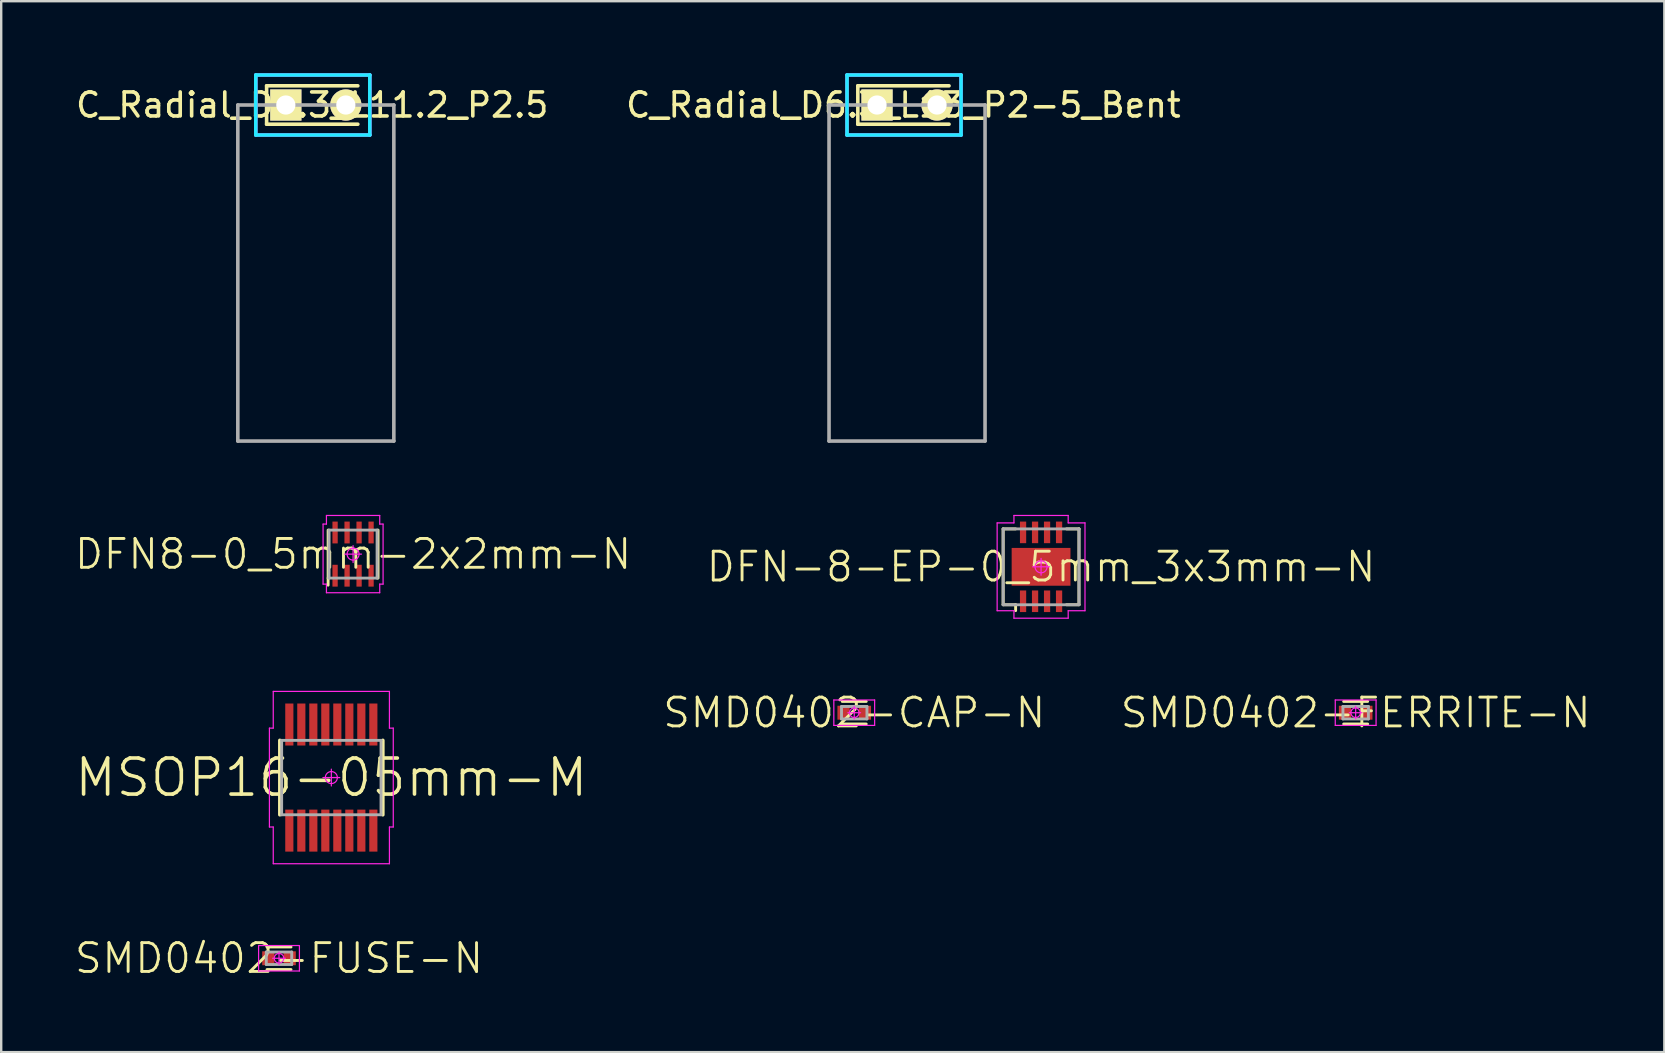
<source format=kicad_pcb>
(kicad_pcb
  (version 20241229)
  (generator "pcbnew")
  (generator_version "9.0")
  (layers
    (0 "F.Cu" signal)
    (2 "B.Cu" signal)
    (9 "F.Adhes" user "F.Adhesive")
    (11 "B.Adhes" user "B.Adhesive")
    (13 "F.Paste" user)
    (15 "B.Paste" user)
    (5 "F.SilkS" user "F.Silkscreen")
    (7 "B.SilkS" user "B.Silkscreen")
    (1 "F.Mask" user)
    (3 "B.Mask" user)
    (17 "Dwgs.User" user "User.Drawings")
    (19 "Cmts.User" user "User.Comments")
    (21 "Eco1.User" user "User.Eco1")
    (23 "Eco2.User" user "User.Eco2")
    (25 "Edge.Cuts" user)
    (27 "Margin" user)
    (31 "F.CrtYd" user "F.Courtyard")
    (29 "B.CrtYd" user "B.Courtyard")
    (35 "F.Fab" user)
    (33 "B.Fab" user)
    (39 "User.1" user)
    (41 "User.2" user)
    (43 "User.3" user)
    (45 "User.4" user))
  (footprint "MSOP16-05mm-M"
    (layer "F.Cu")
    (at 10.754 29.345)
    (property "Reference" "MSOP16-05mm-M" (at 0 0 0) (layer "F.SilkS") (effects (font (size 1.5 1.5) (thickness 0.15))))
    (attr smd)
    (fp_line (start -2.145 1.55) (end -2.145 -1.55) (stroke (width 0.15) (type solid)) (layer "F.SilkS"))
    (fp_line (start 2.145 1.55) (end 2.145 -1.55) (stroke (width 0.15) (type solid)) (layer "F.SilkS"))
    (fp_line (start -2.58 -2.06) (end -2.58 2.06) (stroke (width 0.05) (type solid)) (layer "F.CrtYd"))
    (fp_line (start -2.58 2.06) (end -2.42 2.06) (stroke (width 0.05) (type solid)) (layer "F.CrtYd"))
    (fp_line (start -2.42 -3.59) (end -2.42 -2.06) (stroke (width 0.05) (type solid)) (layer "F.CrtYd"))
    (fp_line (start -2.42 -2.06) (end -2.58 -2.06) (stroke (width 0.05) (type solid)) (layer "F.CrtYd"))
    (fp_line (start -2.42 2.06) (end -2.42 3.59) (stroke (width 0.05) (type solid)) (layer "F.CrtYd"))
    (fp_line (start -2.42 3.59) (end 2.42 3.59) (stroke (width 0.05) (type solid)) (layer "F.CrtYd"))
    (fp_line (start -0.35 0) (end 0.35 0) (stroke (width 0.05) (type solid)) (layer "F.CrtYd"))
    (fp_line (start 0 -0.35) (end 0 0.35) (stroke (width 0.05) (type solid)) (layer "F.CrtYd"))
    (fp_line (start 2.42 -3.59) (end -2.42 -3.59) (stroke (width 0.05) (type solid)) (layer "F.CrtYd"))
    (fp_line (start 2.42 -2.06) (end 2.42 -3.59) (stroke (width 0.05) (type solid)) (layer "F.CrtYd"))
    (fp_line (start 2.42 2.06) (end 2.58 2.06) (stroke (width 0.05) (type solid)) (layer "F.CrtYd"))
    (fp_line (start 2.42 3.59) (end 2.42 2.06) (stroke (width 0.05) (type solid)) (layer "F.CrtYd"))
    (fp_line (start 2.58 -2.06) (end 2.42 -2.06) (stroke (width 0.05) (type solid)) (layer "F.CrtYd"))
    (fp_line (start 2.58 2.06) (end 2.58 -2.06) (stroke (width 0.05) (type solid)) (layer "F.CrtYd"))
    (fp_circle (center 0 0) (end 0 0.25) (stroke (width 0.05) (type solid)) (fill no) (layer "F.CrtYd"))
    (fp_line (start -2.07 -1.55) (end 2.07 -1.55) (stroke (width 0.12) (type solid)) (layer "F.Fab"))
    (fp_line (start -2.07 1.55) (end -2.07 -1.55) (stroke (width 0.12) (type solid)) (layer "F.Fab"))
    (fp_line (start 2.07 -1.55) (end 2.07 1.55) (stroke (width 0.12) (type solid)) (layer "F.Fab"))
    (fp_line (start 2.07 1.55) (end -2.07 1.55) (stroke (width 0.12) (type solid)) (layer "F.Fab"))
    (pad "1" smd rect (at -1.75 2.21 90) (size 1.75 0.34) (layers "F.Cu" "F.Mask" "F.Paste"))
    (pad "2" smd rect (at -1.25 2.21 90) (size 1.75 0.34) (layers "F.Cu" "F.Mask" "F.Paste"))
    (pad "3" smd rect (at -0.75 2.21 90) (size 1.75 0.34) (layers "F.Cu" "F.Mask" "F.Paste"))
    (pad "4" smd rect (at -0.25 2.21 90) (size 1.75 0.34) (layers "F.Cu" "F.Mask" "F.Paste"))
    (pad "5" smd rect (at 0.25 2.21 90) (size 1.75 0.34) (layers "F.Cu" "F.Mask" "F.Paste"))
    (pad "6" smd rect (at 0.75 2.21 90) (size 1.75 0.34) (layers "F.Cu" "F.Mask" "F.Paste"))
    (pad "7" smd rect (at 1.25 2.21 90) (size 1.75 0.34) (layers "F.Cu" "F.Mask" "F.Paste"))
    (pad "8" smd rect (at 1.75 2.21 90) (size 1.75 0.34) (layers "F.Cu" "F.Mask" "F.Paste"))
    (pad "9" smd rect (at 1.75 -2.21 90) (size 1.75 0.34) (layers "F.Cu" "F.Mask" "F.Paste"))
    (pad "10" smd rect (at 1.25 -2.21 90) (size 1.75 0.34) (layers "F.Cu" "F.Mask" "F.Paste"))
    (pad "11" smd rect (at 0.75 -2.21 90) (size 1.75 0.34) (layers "F.Cu" "F.Mask" "F.Paste"))
    (pad "12" smd rect (at 0.25 -2.21 90) (size 1.75 0.34) (layers "F.Cu" "F.Mask" "F.Paste"))
    (pad "13" smd rect (at -0.25 -2.21 90) (size 1.75 0.34) (layers "F.Cu" "F.Mask" "F.Paste"))
    (pad "14" smd rect (at -0.75 -2.21 90) (size 1.75 0.34) (layers "F.Cu" "F.Mask" "F.Paste"))
    (pad "15" smd rect (at -1.25 -2.21 90) (size 1.75 0.34) (layers "F.Cu" "F.Mask" "F.Paste"))
    (pad "16" smd rect (at -1.75 -2.21 90) (size 1.75 0.34) (layers "F.Cu" "F.Mask" "F.Paste")))
  (footprint "C_Radial_D6.3_L11.2_P2.5"
    (layer "F.Cu")
    (at 8.858 1.325)
    (property "Reference" "C_Radial_D6.3_L11.2_P2.5" (at 1.1 0 0) (layer "F.SilkS") (effects (font (size 1 1) (thickness 0.15))))
    (attr through_hole)
    (fp_line (start -0.8 -0.8) (end -0.8 0.8) (stroke (width 0.15) (type solid)) (layer "F.SilkS"))
    (fp_line (start -0.8 -0.8) (end 3 -0.8) (stroke (width 0.15) (type solid)) (layer "F.SilkS"))
    (fp_line (start -0.8 0.8) (end 3 0.8) (stroke (width 0.15) (type solid)) (layer "F.SilkS"))
    (fp_line (start -1.25 -1.25) (end -1.25 1.25) (stroke (width 0.15) (type solid)) (layer "B.CrtYd"))
    (fp_line (start -1.25 1.25) (end 3.5 1.25) (stroke (width 0.15) (type solid)) (layer "B.CrtYd"))
    (fp_line (start 3.5 -1.25) (end -1.25 -1.25) (stroke (width 0.15) (type solid)) (layer "B.CrtYd"))
    (fp_line (start 3.5 1.25) (end 3.5 -1.25) (stroke (width 0.15) (type solid)) (layer "B.CrtYd"))
    (fp_line (start -1.25 -1.25) (end -1.25 1.25) (stroke (width 0.15) (type solid)) (layer "F.CrtYd"))
    (fp_line (start -1.25 1.25) (end 3.5 1.25) (stroke (width 0.15) (type solid)) (layer "F.CrtYd"))
    (fp_line (start 3.5 -1.25) (end -1.25 -1.25) (stroke (width 0.15) (type solid)) (layer "F.CrtYd"))
    (fp_line (start 3.5 1.25) (end 3.5 -1.25) (stroke (width 0.15) (type solid)) (layer "F.CrtYd"))
    (fp_line (start -2 0) (end -2 14) (stroke (width 0.15) (type solid)) (layer "F.Fab"))
    (fp_line (start -2 14) (end 4.5 14) (stroke (width 0.15) (type solid)) (layer "F.Fab"))
    (fp_line (start 4.5 0) (end -2 0) (stroke (width 0.15) (type solid)) (layer "F.Fab"))
    (fp_line (start 4.5 14) (end 4.5 0) (stroke (width 0.15) (type solid)) (layer "F.Fab"))
    (pad "1" thru_hole rect (at 0 0) (size 1.3 1.3) (drill 0.8) (layers "*.Cu" "*.Mask" "F.SilkS"))
    (pad "2" thru_hole circle (at 2.5 0) (size 1.3 1.3) (drill 0.8) (layers "*.Cu" "*.Mask" "F.SilkS")))
  (footprint "SMD0402-FERRITE-N"
    (layer "F.Cu")
    (at 53.43 26.643)
    (property "Reference" "SMD0402-FERRITE-N" (at 0 0 0) (layer "F.SilkS") (effects (font (size 1.2 1.2) (thickness 0.12))))
    (attr smd)
    (fp_line (start 0.5 -0.47) (end -0.5 -0.47) (stroke (width 0.12) (type solid)) (layer "F.SilkS"))
    (fp_line (start 0.5 0.47) (end -0.5 0.47) (stroke (width 0.12) (type solid)) (layer "F.SilkS"))
    (fp_line (start -0.85 -0.53) (end 0.85 -0.53) (stroke (width 0.05) (type solid)) (layer "F.CrtYd"))
    (fp_line (start -0.85 0.53) (end -0.85 -0.53) (stroke (width 0.05) (type solid)) (layer "F.CrtYd"))
    (fp_line (start 0 -0.265) (end 0 0.265) (stroke (width 0.05) (type solid)) (layer "F.CrtYd"))
    (fp_line (start 0.265 0) (end -0.265 0) (stroke (width 0.05) (type solid)) (layer "F.CrtYd"))
    (fp_line (start 0.85 -0.53) (end 0.85 0.53) (stroke (width 0.05) (type solid)) (layer "F.CrtYd"))
    (fp_line (start 0.85 0.53) (end -0.85 0.53) (stroke (width 0.05) (type solid)) (layer "F.CrtYd"))
    (fp_circle (center 0 0) (end 0 0.199) (stroke (width 0.05) (type solid)) (fill no) (layer "F.CrtYd"))
    (fp_line (start -0.53 -0.26) (end 0.53 -0.26) (stroke (width 0.12) (type solid)) (layer "F.Fab"))
    (fp_line (start -0.53 0.26) (end -0.53 -0.26) (stroke (width 0.12) (type solid)) (layer "F.Fab"))
    (fp_line (start 0.53 -0.26) (end 0.53 0.26) (stroke (width 0.12) (type solid)) (layer "F.Fab"))
    (fp_line (start 0.53 0.26) (end -0.53 0.26) (stroke (width 0.12) (type solid)) (layer "F.Fab"))
    (pad "1" smd rect (at -0.445 0) (size 0.51 0.58) (layers "F.Cu" "F.Mask" "F.Paste"))
    (pad "2" smd rect (at 0.445 0) (size 0.51 0.58) (layers "F.Cu" "F.Mask" "F.Paste")))
  (footprint "DFN-8-EP-0_5mm_3x3mm-N"
    (layer "F.Cu")
    (at 40.323 20.565)
    (property "Reference" "DFN-8-EP-0_5mm_3x3mm-N" (at 0 0 0) (layer "F.SilkS") (effects (font (size 1.2 1.2) (thickness 0.12))))
    (attr smd)
    (fp_line (start -1.58 -1.58) (end -1.06 -1.58) (stroke (width 0.12) (type solid)) (layer "F.SilkS"))
    (fp_line (start -1.58 1.58) (end -1.58 -1.58) (stroke (width 0.12) (type solid)) (layer "F.SilkS"))
    (fp_line (start -1.06 1.58) (end -1.58 1.58) (stroke (width 0.12) (type solid)) (layer "F.SilkS"))
    (fp_line (start -1.06 1.58) (end -1.06 1.825) (stroke (width 0.12) (type solid)) (layer "F.SilkS"))
    (fp_line (start 1.06 1.58) (end 1.58 1.58) (stroke (width 0.12) (type solid)) (layer "F.SilkS"))
    (fp_line (start 1.58 -1.58) (end 1.06 -1.58) (stroke (width 0.12) (type solid)) (layer "F.SilkS"))
    (fp_line (start 1.58 1.58) (end 1.58 -1.58) (stroke (width 0.12) (type solid)) (layer "F.SilkS"))
    (fp_line (start -1.83 -1.83) (end -1.83 1.83) (stroke (width 0.05) (type solid)) (layer "F.CrtYd"))
    (fp_line (start -1.83 1.83) (end -1.13 1.83) (stroke (width 0.05) (type solid)) (layer "F.CrtYd"))
    (fp_line (start -1.13 -2.14) (end -1.13 -1.83) (stroke (width 0.05) (type solid)) (layer "F.CrtYd"))
    (fp_line (start -1.13 -1.83) (end -1.83 -1.83) (stroke (width 0.05) (type solid)) (layer "F.CrtYd"))
    (fp_line (start -1.13 1.83) (end -1.13 2.14) (stroke (width 0.05) (type solid)) (layer "F.CrtYd"))
    (fp_line (start -1.13 2.14) (end 1.13 2.14) (stroke (width 0.05) (type solid)) (layer "F.CrtYd"))
    (fp_line (start -0.35 0) (end 0.35 0) (stroke (width 0.05) (type solid)) (layer "F.CrtYd"))
    (fp_line (start 0 -0.35) (end 0 0.35) (stroke (width 0.05) (type solid)) (layer "F.CrtYd"))
    (fp_line (start 1.13 -2.14) (end -1.13 -2.14) (stroke (width 0.05) (type solid)) (layer "F.CrtYd"))
    (fp_line (start 1.13 -1.83) (end 1.13 -2.14) (stroke (width 0.05) (type solid)) (layer "F.CrtYd"))
    (fp_line (start 1.13 1.83) (end 1.83 1.83) (stroke (width 0.05) (type solid)) (layer "F.CrtYd"))
    (fp_line (start 1.13 2.14) (end 1.13 1.83) (stroke (width 0.05) (type solid)) (layer "F.CrtYd"))
    (fp_line (start 1.83 -1.83) (end 1.13 -1.83) (stroke (width 0.05) (type solid)) (layer "F.CrtYd"))
    (fp_line (start 1.83 1.83) (end 1.83 -1.83) (stroke (width 0.05) (type solid)) (layer "F.CrtYd"))
    (fp_circle (center 0 0) (end 0 0.25) (stroke (width 0.05) (type solid)) (fill no) (layer "F.CrtYd"))
    (fp_line (start -1.58 -1.58) (end 1.58 -1.58) (stroke (width 0.12) (type solid)) (layer "F.Fab"))
    (fp_line (start -1.58 1.58) (end -1.58 -1.58) (stroke (width 0.12) (type solid)) (layer "F.Fab"))
    (fp_line (start 1.58 -1.58) (end 1.58 1.58) (stroke (width 0.12) (type solid)) (layer "F.Fab"))
    (fp_line (start 1.58 1.58) (end -1.58 1.58) (stroke (width 0.12) (type solid)) (layer "F.Fab"))
    (pad "1" smd rect (at -0.75 1.435 90) (size 0.9 0.26) (layers "F.Cu" "F.Mask" "F.Paste"))
    (pad "2" smd rect (at -0.25 1.435 90) (size 0.9 0.26) (layers "F.Cu" "F.Mask" "F.Paste"))
    (pad "3" smd rect (at 0.25 1.435 90) (size 0.9 0.26) (layers "F.Cu" "F.Mask" "F.Paste"))
    (pad "4" smd rect (at 0.75 1.435 90) (size 0.9 0.26) (layers "F.Cu" "F.Mask" "F.Paste"))
    (pad "5" smd rect (at 0.75 -1.435 90) (size 0.9 0.26) (layers "F.Cu" "F.Mask" "F.Paste"))
    (pad "6" smd rect (at 0.25 -1.435 90) (size 0.9 0.26) (layers "F.Cu" "F.Mask" "F.Paste"))
    (pad "7" smd rect (at -0.25 -1.435 90) (size 0.9 0.26) (layers "F.Cu" "F.Mask" "F.Paste"))
    (pad "8" smd rect (at -0.75 -1.435 90) (size 0.9 0.26) (layers "F.Cu" "F.Mask" "F.Paste"))
    (pad "9" smd rect (at 0 0 90) (size 1.575 2.45) (layers "F.Cu" "F.Mask")))
  (footprint "C_Radial_D6.3_L13_P2-5_Bent"
    (layer "F.Cu")
    (at 33.489 1.325)
    (property "Reference" "C_Radial_D6.3_L13_P2-5_Bent" (at 1.1 0 0) (layer "F.SilkS") (effects (font (size 1 1) (thickness 0.15))))
    (attr through_hole)
    (fp_line (start -0.8 -0.8) (end -0.8 0.8) (stroke (width 0.15) (type solid)) (layer "F.SilkS"))
    (fp_line (start -0.8 -0.8) (end 3 -0.8) (stroke (width 0.15) (type solid)) (layer "F.SilkS"))
    (fp_line (start -0.8 0.8) (end 3 0.8) (stroke (width 0.15) (type solid)) (layer "F.SilkS"))
    (fp_line (start -1.25 -1.25) (end -1.25 1.25) (stroke (width 0.15) (type solid)) (layer "B.CrtYd"))
    (fp_line (start -1.25 1.25) (end 3.5 1.25) (stroke (width 0.15) (type solid)) (layer "B.CrtYd"))
    (fp_line (start 3.5 -1.25) (end -1.25 -1.25) (stroke (width 0.15) (type solid)) (layer "B.CrtYd"))
    (fp_line (start 3.5 1.25) (end 3.5 -1.25) (stroke (width 0.15) (type solid)) (layer "B.CrtYd"))
    (fp_line (start -1.25 -1.25) (end -1.25 1.25) (stroke (width 0.15) (type solid)) (layer "F.CrtYd"))
    (fp_line (start -1.25 1.25) (end 3.5 1.25) (stroke (width 0.15) (type solid)) (layer "F.CrtYd"))
    (fp_line (start 3.5 -1.25) (end -1.25 -1.25) (stroke (width 0.15) (type solid)) (layer "F.CrtYd"))
    (fp_line (start 3.5 1.25) (end 3.5 -1.25) (stroke (width 0.15) (type solid)) (layer "F.CrtYd"))
    (fp_line (start -2 0) (end -2 14) (stroke (width 0.15) (type solid)) (layer "F.Fab"))
    (fp_line (start -2 14) (end 4.5 14) (stroke (width 0.15) (type solid)) (layer "F.Fab"))
    (fp_line (start 4.5 0) (end -2 0) (stroke (width 0.15) (type solid)) (layer "F.Fab"))
    (fp_line (start 4.5 14) (end 4.5 0) (stroke (width 0.15) (type solid)) (layer "F.Fab"))
    (pad "1" thru_hole rect (at 0 0) (size 1.3 1.3) (drill 0.8) (layers "*.Cu" "*.Mask" "F.SilkS"))
    (pad "2" thru_hole circle (at 2.5 0) (size 1.3 1.3) (drill 0.8) (layers "*.Cu" "*.Mask" "F.SilkS")))
  (footprint "SMD0402-FUSE-N"
    (layer "F.Cu")
    (at 8.574 36.873)
    (property "Reference" "SMD0402-FUSE-N" (at 0 0 0) (layer "F.SilkS") (effects (font (size 1.2 1.2) (thickness 0.12))))
    (attr smd)
    (fp_line (start 0.5 -0.47) (end -0.5 -0.47) (stroke (width 0.12) (type solid)) (layer "F.SilkS"))
    (fp_line (start 0.5 0.47) (end -0.5 0.47) (stroke (width 0.12) (type solid)) (layer "F.SilkS"))
    (fp_line (start -0.85 -0.53) (end 0.85 -0.53) (stroke (width 0.05) (type solid)) (layer "F.CrtYd"))
    (fp_line (start -0.85 0.53) (end -0.85 -0.53) (stroke (width 0.05) (type solid)) (layer "F.CrtYd"))
    (fp_line (start 0 -0.265) (end 0 0.265) (stroke (width 0.05) (type solid)) (layer "F.CrtYd"))
    (fp_line (start 0.265 0) (end -0.265 0) (stroke (width 0.05) (type solid)) (layer "F.CrtYd"))
    (fp_line (start 0.85 -0.53) (end 0.85 0.53) (stroke (width 0.05) (type solid)) (layer "F.CrtYd"))
    (fp_line (start 0.85 0.53) (end -0.85 0.53) (stroke (width 0.05) (type solid)) (layer "F.CrtYd"))
    (fp_circle (center 0 0) (end 0 0.199) (stroke (width 0.05) (type solid)) (fill no) (layer "F.CrtYd"))
    (fp_line (start -0.53 -0.26) (end 0.53 -0.26) (stroke (width 0.12) (type solid)) (layer "F.Fab"))
    (fp_line (start -0.53 0.26) (end -0.53 -0.26) (stroke (width 0.12) (type solid)) (layer "F.Fab"))
    (fp_line (start 0.53 -0.26) (end 0.53 0.26) (stroke (width 0.12) (type solid)) (layer "F.Fab"))
    (fp_line (start 0.53 0.26) (end -0.53 0.26) (stroke (width 0.12) (type solid)) (layer "F.Fab"))
    (pad "1" smd rect (at -0.445 0) (size 0.51 0.58) (layers "F.Cu" "F.Mask" "F.Paste"))
    (pad "2" smd rect (at 0.445 0) (size 0.51 0.58) (layers "F.Cu" "F.Mask" "F.Paste")))
  (footprint "DFN8-0_5mm-2x2mm-N"
    (layer "F.Cu")
    (at 11.66 20.035)
    (property "Reference" "DFN8-0_5mm-2x2mm-N" (at 0 0 0) (layer "F.SilkS") (effects (font (size 1.2 1.2) (thickness 0.12))))
    (attr smd)
    (fp_line (start -1.04 1) (end -1.04 -1) (stroke (width 0.12) (type solid)) (layer "F.SilkS"))
    (fp_line (start -1.04 1) (end -1.04 1.295) (stroke (width 0.12) (type solid)) (layer "F.SilkS"))
    (fp_line (start 1.04 1) (end 1.04 -1) (stroke (width 0.12) (type solid)) (layer "F.SilkS"))
    (fp_line (start -1.25 -1.25) (end -1.25 1.25) (stroke (width 0.05) (type solid)) (layer "F.CrtYd"))
    (fp_line (start -1.25 1.25) (end -1.11 1.25) (stroke (width 0.05) (type solid)) (layer "F.CrtYd"))
    (fp_line (start -1.11 -1.61) (end -1.11 -1.25) (stroke (width 0.05) (type solid)) (layer "F.CrtYd"))
    (fp_line (start -1.11 -1.25) (end -1.25 -1.25) (stroke (width 0.05) (type solid)) (layer "F.CrtYd"))
    (fp_line (start -1.11 1.25) (end -1.11 1.61) (stroke (width 0.05) (type solid)) (layer "F.CrtYd"))
    (fp_line (start -1.11 1.61) (end 1.11 1.61) (stroke (width 0.05) (type solid)) (layer "F.CrtYd"))
    (fp_line (start -0.35 0) (end 0.35 0) (stroke (width 0.05) (type solid)) (layer "F.CrtYd"))
    (fp_line (start 0 -0.35) (end 0 0.35) (stroke (width 0.05) (type solid)) (layer "F.CrtYd"))
    (fp_line (start 1.11 -1.61) (end -1.11 -1.61) (stroke (width 0.05) (type solid)) (layer "F.CrtYd"))
    (fp_line (start 1.11 -1.25) (end 1.11 -1.61) (stroke (width 0.05) (type solid)) (layer "F.CrtYd"))
    (fp_line (start 1.11 1.25) (end 1.25 1.25) (stroke (width 0.05) (type solid)) (layer "F.CrtYd"))
    (fp_line (start 1.11 1.61) (end 1.11 1.25) (stroke (width 0.05) (type solid)) (layer "F.CrtYd"))
    (fp_line (start 1.25 -1.25) (end 1.11 -1.25) (stroke (width 0.05) (type solid)) (layer "F.CrtYd"))
    (fp_line (start 1.25 1.25) (end 1.25 -1.25) (stroke (width 0.05) (type solid)) (layer "F.CrtYd"))
    (fp_circle (center 0 0) (end 0 0.25) (stroke (width 0.05) (type solid)) (fill no) (layer "F.CrtYd"))
    (fp_line (start -1 -1) (end 1 -1) (stroke (width 0.12) (type solid)) (layer "F.Fab"))
    (fp_line (start -1 1) (end -1 -1) (stroke (width 0.12) (type solid)) (layer "F.Fab"))
    (fp_line (start 1 -1) (end 1 1) (stroke (width 0.12) (type solid)) (layer "F.Fab"))
    (fp_line (start 1 1) (end -1 1) (stroke (width 0.12) (type solid)) (layer "F.Fab"))
    (pad "1" smd rect (at -0.75 0.9 90) (size 0.91 0.22) (layers "F.Cu" "F.Mask" "F.Paste"))
    (pad "2" smd rect (at -0.25 0.9 90) (size 0.91 0.22) (layers "F.Cu" "F.Mask" "F.Paste"))
    (pad "3" smd rect (at 0.25 0.9 90) (size 0.91 0.22) (layers "F.Cu" "F.Mask" "F.Paste"))
    (pad "4" smd rect (at 0.75 0.9 90) (size 0.91 0.22) (layers "F.Cu" "F.Mask" "F.Paste"))
    (pad "5" smd rect (at 0.75 -0.9 90) (size 0.91 0.22) (layers "F.Cu" "F.Mask" "F.Paste"))
    (pad "6" smd rect (at 0.25 -0.9 90) (size 0.91 0.22) (layers "F.Cu" "F.Mask" "F.Paste"))
    (pad "7" smd rect (at -0.25 -0.9 90) (size 0.91 0.22) (layers "F.Cu" "F.Mask" "F.Paste"))
    (pad "8" smd rect (at -0.75 -0.9 90) (size 0.91 0.22) (layers "F.Cu" "F.Mask" "F.Paste")))
  (footprint "SMD0402-CAP-N"
    (layer "F.Cu")
    (at 32.539 26.643)
    (property "Reference" "SMD0402-CAP-N" (at 0 0 0) (layer "F.SilkS") (effects (font (size 1.2 1.2) (thickness 0.12))))
    (attr smd)
    (fp_line (start 0.5 -0.47) (end -0.5 -0.47) (stroke (width 0.12) (type solid)) (layer "F.SilkS"))
    (fp_line (start 0.5 0.47) (end -0.5 0.47) (stroke (width 0.12) (type solid)) (layer "F.SilkS"))
    (fp_line (start -0.85 -0.53) (end 0.85 -0.53) (stroke (width 0.05) (type solid)) (layer "F.CrtYd"))
    (fp_line (start -0.85 0.53) (end -0.85 -0.53) (stroke (width 0.05) (type solid)) (layer "F.CrtYd"))
    (fp_line (start 0 -0.265) (end 0 0.265) (stroke (width 0.05) (type solid)) (layer "F.CrtYd"))
    (fp_line (start 0.265 0) (end -0.265 0) (stroke (width 0.05) (type solid)) (layer "F.CrtYd"))
    (fp_line (start 0.85 -0.53) (end 0.85 0.53) (stroke (width 0.05) (type solid)) (layer "F.CrtYd"))
    (fp_line (start 0.85 0.53) (end -0.85 0.53) (stroke (width 0.05) (type solid)) (layer "F.CrtYd"))
    (fp_circle (center 0 0) (end 0 0.199) (stroke (width 0.05) (type solid)) (fill no) (layer "F.CrtYd"))
    (fp_line (start -0.53 -0.26) (end 0.53 -0.26) (stroke (width 0.12) (type solid)) (layer "F.Fab"))
    (fp_line (start -0.53 0.26) (end -0.53 -0.26) (stroke (width 0.12) (type solid)) (layer "F.Fab"))
    (fp_line (start 0.53 -0.26) (end 0.53 0.26) (stroke (width 0.12) (type solid)) (layer "F.Fab"))
    (fp_line (start 0.53 0.26) (end -0.53 0.26) (stroke (width 0.12) (type solid)) (layer "F.Fab"))
    (pad "1" smd rect (at -0.445 0) (size 0.51 0.58) (layers "F.Cu" "F.Mask" "F.Paste"))
    (pad "2" smd rect (at 0.445 0) (size 0.51 0.58) (layers "F.Cu" "F.Mask" "F.Paste")))
  (gr_rect
    (start -3 -3)
    (end 66.29 40.785)
    (stroke (width 0.1) (type default))
    (fill no)
    (layer "Edge.Cuts")))
</source>
